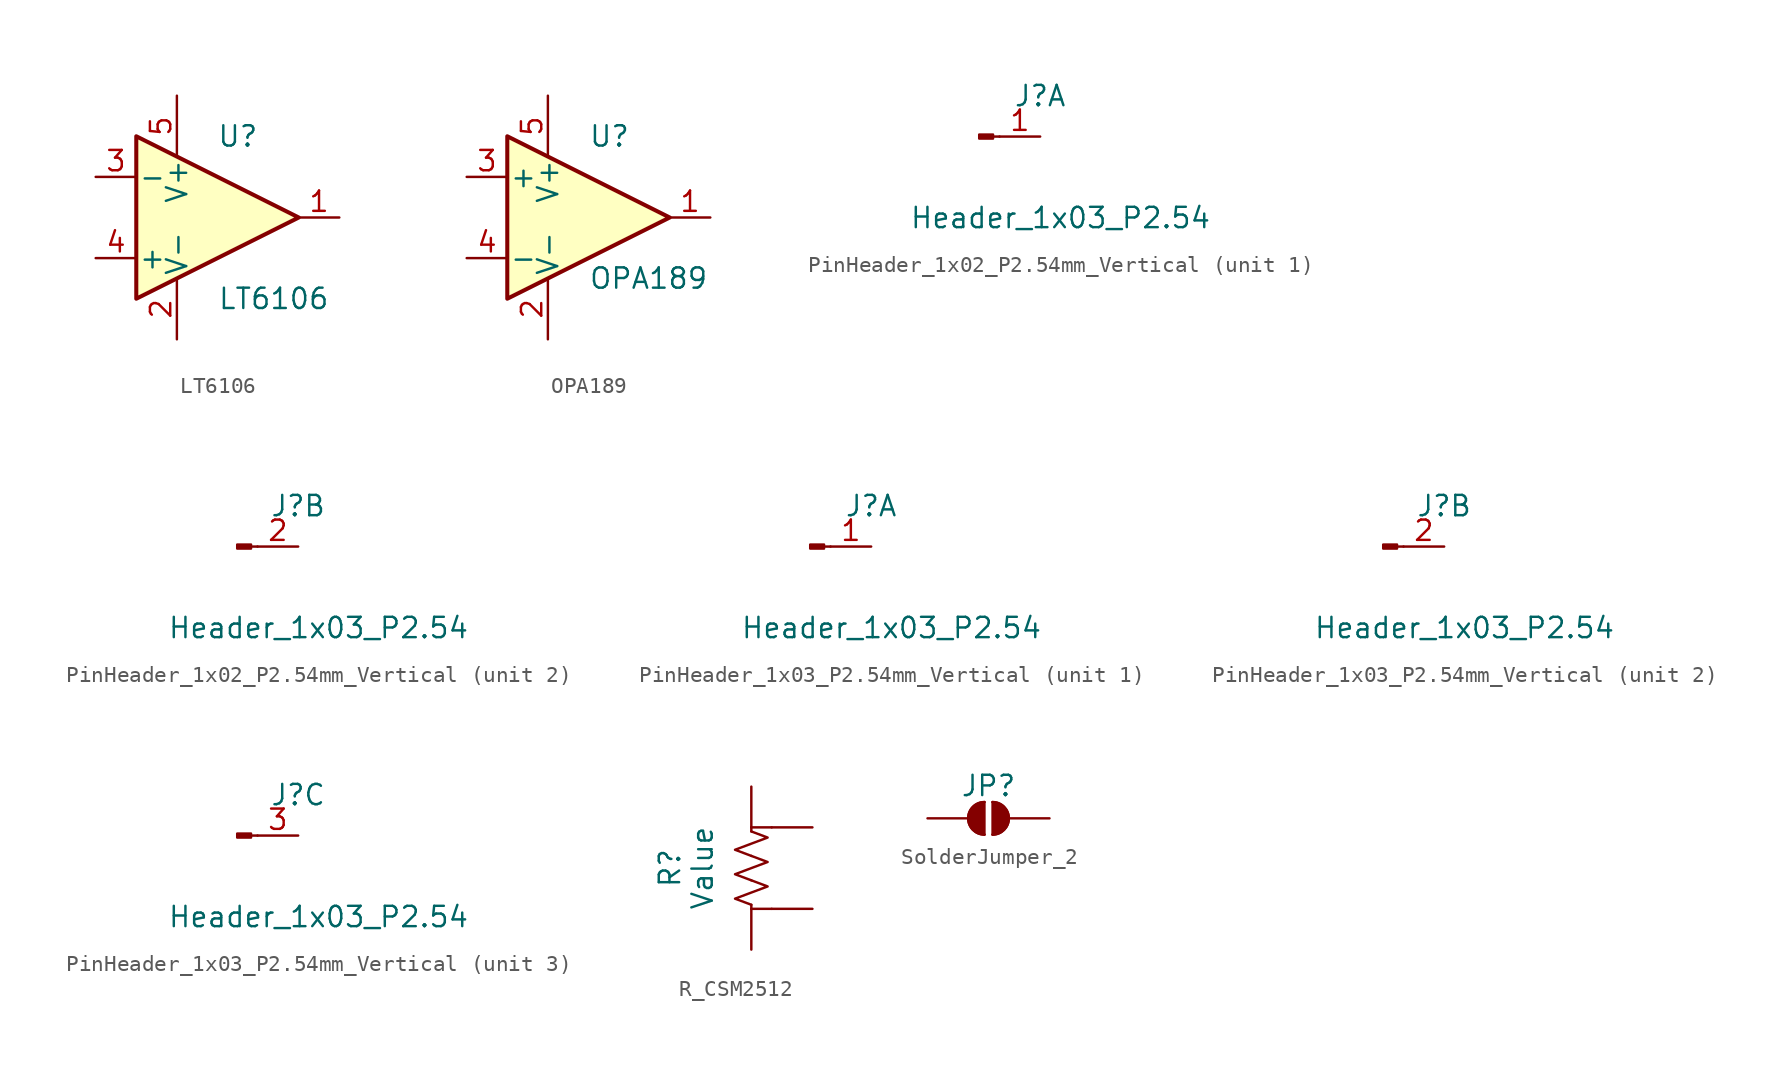
<source format=kicad_sym>
(kicad_symbol_lib
  (version 20220914)
  (generator kicad_symbol_editor)
  (symbol "LT6106"
    (pin_names
      (offset 0.127))
    (property "Reference" "U"
      (at 1.27 5.08 0)
      (effects (font (size 1.27 1.27))))
    (property "Value" "LT6106"
      (at 0 -5.08 0)
      (effects (font (size 1.27 1.27)) (justify left)))
    (symbol "LT6106_0_1"
      (polyline (pts (xy -5.08 5.08) (xy 5.08 0) (xy -5.08 -5.08) (xy -5.08 5.08)) (stroke (width 0.254) (type default)) (fill (type background))))
    (symbol "LT6106_1_1"
      (pin open_collector line (at 7.62 0 180) (length 2.54) (name "~" (effects (font (size 1.27 1.27)))) (number "1" (effects (font (size 1.27 1.27)))))
      (pin power_in line (at -2.54 -7.62 90) (length 3.81) (name "V-" (effects (font (size 1.27 1.27)))) (number "2" (effects (font (size 1.27 1.27)))))
      (pin input line (at -7.62 2.54 0) (length 2.54) (name "-" (effects (font (size 1.27 1.27)))) (number "3" (effects (font (size 1.27 1.27)))))
      (pin input line (at -7.62 -2.54 0) (length 2.54) (name "+" (effects (font (size 1.27 1.27)))) (number "4" (effects (font (size 1.27 1.27)))))
      (pin power_in line (at -2.54 7.62 270) (length 3.81) (name "V+" (effects (font (size 1.27 1.27)))) (number "5" (effects (font (size 1.27 1.27)))))))
  (symbol "OPA189"
    (pin_names
      (offset 0.127))
    (property "Reference" "U"
      (at 0 5.08 0)
      (effects (font (size 1.27 1.27)) (justify left)))
    (property "Value" "OPA189"
      (at 0 -3.81 0)
      (effects (font (size 1.27 1.27)) (justify left)))
    (symbol "OPA189_0_1"
      (polyline (pts (xy -5.08 5.08) (xy 5.08 0) (xy -5.08 -5.08) (xy -5.08 5.08)) (stroke (width 0.254) (type default)) (fill (type background)))
      (pin power_in line (at -2.54 -7.62 90) (length 3.81) (name "V-" (effects (font (size 1.27 1.27)))) (number "2" (effects (font (size 1.27 1.27)))))
      (pin power_in line (at -2.54 7.62 270) (length 3.81) (name "V+" (effects (font (size 1.27 1.27)))) (number "5" (effects (font (size 1.27 1.27))))))
    (symbol "OPA189_1_1"
      (pin output line (at 7.62 0 180) (length 2.54) (name "~" (effects (font (size 1.27 1.27)))) (number "1" (effects (font (size 1.27 1.27)))))
      (pin input line (at -7.62 2.54 0) (length 2.54) (name "+" (effects (font (size 1.27 1.27)))) (number "3" (effects (font (size 1.27 1.27)))))
      (pin input line (at -7.62 -2.54 0) (length 2.54) (name "-" (effects (font (size 1.27 1.27)))) (number "4" (effects (font (size 1.27 1.27)))))))
  (symbol "PinHeader_1x02_P2.54mm_Vertical"
    (pin_names hide)
    (property "Reference" "J"
      (at 0 2.54 0)
      (effects (font (size 1.27 1.27))))
    (property "Value" "Header_1x03_P2.54"
      (at 1.27 -5.08 0)
      (effects (font (size 1.27 1.27))))
    (symbol "PinHeader_1x02_P2.54mm_Vertical_1_1"
      (rectangle (start -3.81 0.127) (end -2.946 -0.127) (stroke (width 0.152) (type default)) (fill (type outline)))
      (polyline (pts (xy -2.54 0) (xy -2.946 0)) (stroke (width 0.152) (type default)) (fill (type none)))
      (pin passive line (at 0 0 180) (length 2.54) (name "1" (effects (font (size 1.27 1.27)))) (number "1" (effects (font (size 1.27 1.27))))))
    (symbol "PinHeader_1x02_P2.54mm_Vertical_2_0"
      (pin passive line (at 0 0 180) (length 2.54) (name "2" (effects (font (size 1.27 1.27)))) (number "2" (effects (font (size 1.27 1.27))))))
    (symbol "PinHeader_1x02_P2.54mm_Vertical_2_1"
      (rectangle (start -3.81 0.127) (end -2.946 -0.127) (stroke (width 0.152) (type default)) (fill (type outline)))
      (polyline (pts (xy -2.54 0) (xy -2.946 0)) (stroke (width 0.152) (type default)) (fill (type none)))))
  (symbol "PinHeader_1x03_P2.54mm_Vertical"
    (pin_names hide)
    (property "Reference" "J"
      (at 0 2.54 0)
      (effects (font (size 1.27 1.27))))
    (property "Value" "Header_1x03_P2.54"
      (at 1.27 -5.08 0)
      (effects (font (size 1.27 1.27))))
    (symbol "PinHeader_1x03_P2.54mm_Vertical_1_1"
      (rectangle (start -3.81 0.127) (end -2.946 -0.127) (stroke (width 0.152) (type default)) (fill (type outline)))
      (polyline (pts (xy -2.54 0) (xy -2.946 0)) (stroke (width 0.152) (type default)) (fill (type none)))
      (pin passive line (at 0 0 180) (length 2.54) (name "1" (effects (font (size 1.27 1.27)))) (number "1" (effects (font (size 1.27 1.27))))))
    (symbol "PinHeader_1x03_P2.54mm_Vertical_2_0"
      (pin passive line (at 0 0 180) (length 2.54) (name "2" (effects (font (size 1.27 1.27)))) (number "2" (effects (font (size 1.27 1.27))))))
    (symbol "PinHeader_1x03_P2.54mm_Vertical_2_1"
      (rectangle (start -3.81 0.127) (end -2.946 -0.127) (stroke (width 0.152) (type default)) (fill (type outline)))
      (polyline (pts (xy -2.54 0) (xy -2.946 0)) (stroke (width 0.152) (type default)) (fill (type none))))
    (symbol "PinHeader_1x03_P2.54mm_Vertical_3_0"
      (pin passive line (at 0 0 180) (length 2.54) (name "3" (effects (font (size 1.27 1.27)))) (number "3" (effects (font (size 1.27 1.27))))))
    (symbol "PinHeader_1x03_P2.54mm_Vertical_3_1"
      (rectangle (start -3.81 0.127) (end -2.946 -0.127) (stroke (width 0.152) (type default)) (fill (type outline)))
      (polyline (pts (xy -2.54 0) (xy -2.946 0)) (stroke (width 0.152) (type default)) (fill (type none)))))
  (symbol "R_CSM2512"
    (pin_numbers hide)
    (pin_names
      (offset 0) hide)
    (property "Reference" "R"
      (at -5.08 0 90)
      (effects (font (size 1.27 1.27))))
    (property "Value" "Value"
      (at -3.048 0 90)
      (effects (font (size 1.27 1.27))))
    (symbol "R_CSM2512_1_1"
      (polyline (pts (xy 0 -2.54) (xy 1.27 -2.54)) (stroke (width 0) (type default)) (fill (type none)))
      (polyline (pts (xy 0 -2.286) (xy 0 -2.54)) (stroke (width 0) (type default)) (fill (type none)))
      (polyline (pts (xy 0 2.286) (xy 0 2.54)) (stroke (width 0) (type default)) (fill (type none)))
      (polyline (pts (xy 1.27 2.54) (xy 0 2.54)) (stroke (width 0) (type default)) (fill (type none)))
      (polyline (pts (xy 0 -0.762) (xy 1.016 -1.143) (xy 0 -1.524) (xy -1.016 -1.905) (xy 0 -2.286)) (stroke (width 0) (type default)) (fill (type none)))
      (polyline (pts (xy 0 0.762) (xy 1.016 0.381) (xy 0 0) (xy -1.016 -0.381) (xy 0 -0.762)) (stroke (width 0) (type default)) (fill (type none)))
      (polyline (pts (xy 0 2.286) (xy 1.016 1.905) (xy 0 1.524) (xy -1.016 1.143) (xy 0 0.762)) (stroke (width 0) (type default)) (fill (type none)))
      (pin passive line (at 0 5.08 270) (length 2.54) (name "1" (effects (font (size 1.27 1.27)))) (number "1" (effects (font (size 1.27 1.27)))))
      (pin passive line (at 3.81 2.54 180) (length 2.54) (name "2" (effects (font (size 1.27 1.27)))) (number "2" (effects (font (size 1.27 1.27)))))
      (pin passive line (at 3.81 -2.54 180) (length 2.54) (name "3" (effects (font (size 1.27 1.27)))) (number "3" (effects (font (size 1.27 1.27)))))
      (pin passive line (at 0 -5.08 90) (length 2.54) (name "4" (effects (font (size 1.27 1.27)))) (number "4" (effects (font (size 1.27 1.27)))))))
  (symbol "SolderJumper_2"
    (pin_numbers hide)
    (pin_names
      (offset 0) hide)
    (property "Reference" "JP"
      (at 0 2.032 0)
      (effects (font (size 1.27 1.27))))
    (symbol "SolderJumper_2_0_1"
      (arc (start -0.254 1.016) (mid -1.2656 0) (end -0.254 -1.016) (stroke (width 0) (type default)) (fill (type none)))
      (arc (start -0.254 1.016) (mid -1.2656 0) (end -0.254 -1.016) (stroke (width 0) (type default)) (fill (type outline)))
      (polyline (pts (xy -0.254 1.016) (xy -0.254 -1.016)) (stroke (width 0) (type default)) (fill (type none)))
      (polyline (pts (xy 0.254 1.016) (xy 0.254 -1.016)) (stroke (width 0) (type default)) (fill (type none)))
      (arc (start 0.254 -1.016) (mid 1.2656 0) (end 0.254 1.016) (stroke (width 0) (type default)) (fill (type none)))
      (arc (start 0.254 -1.016) (mid 1.2656 0) (end 0.254 1.016) (stroke (width 0) (type default)) (fill (type outline))))
    (symbol "SolderJumper_2_1_1"
      (pin passive line (at -3.81 0 0) (length 2.54) (name "A" (effects (font (size 1.27 1.27)))) (number "1" (effects (font (size 1.27 1.27)))))
      (pin passive line (at 3.81 0 180) (length 2.54) (name "B" (effects (font (size 1.27 1.27)))) (number "2" (effects (font (size 1.27 1.27))))))))
</source>
